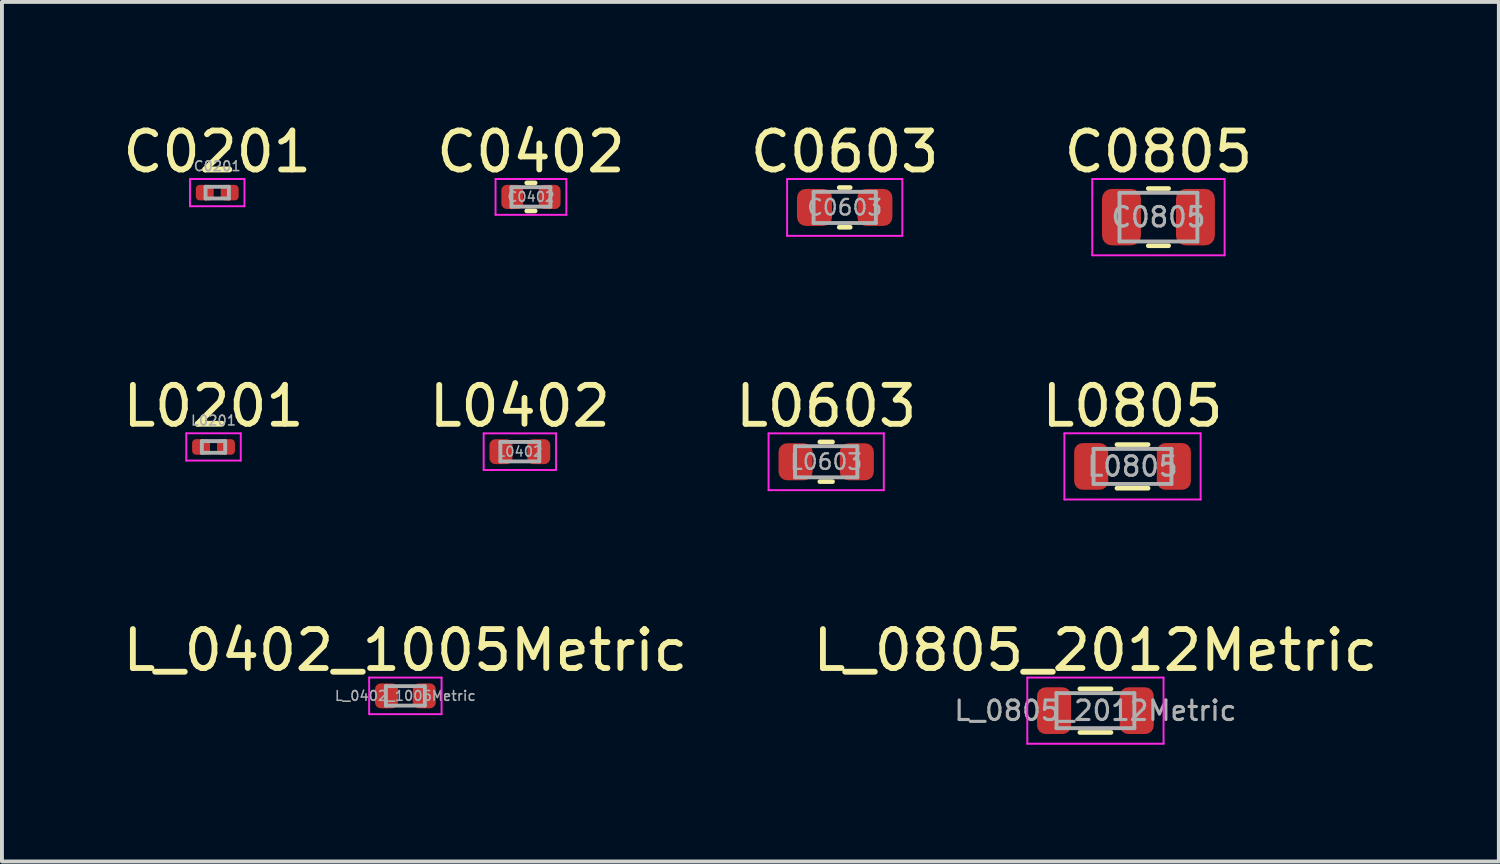
<source format=kicad_pcb>
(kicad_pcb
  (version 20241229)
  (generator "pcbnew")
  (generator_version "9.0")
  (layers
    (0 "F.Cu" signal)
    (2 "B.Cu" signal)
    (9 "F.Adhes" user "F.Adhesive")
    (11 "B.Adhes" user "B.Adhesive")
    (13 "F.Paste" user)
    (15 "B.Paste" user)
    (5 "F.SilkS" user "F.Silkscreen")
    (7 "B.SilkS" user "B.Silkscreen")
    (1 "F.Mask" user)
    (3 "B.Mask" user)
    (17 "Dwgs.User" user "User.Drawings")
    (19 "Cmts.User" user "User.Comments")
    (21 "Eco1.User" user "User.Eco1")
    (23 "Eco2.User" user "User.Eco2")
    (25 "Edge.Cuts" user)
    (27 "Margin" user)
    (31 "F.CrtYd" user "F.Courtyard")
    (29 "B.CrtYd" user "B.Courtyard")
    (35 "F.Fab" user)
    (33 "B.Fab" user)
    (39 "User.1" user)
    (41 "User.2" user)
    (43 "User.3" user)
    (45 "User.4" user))
  (footprint "L_0805_2012Metric"
    (layer "F.Cu")
    (at 25.089 15.205)
    (property "Reference" "L_0805_2012Metric" (at 0 -1.55 0) (layer "F.SilkS") (effects (font (size 1 1) (thickness 0.15))))
    (attr smd)
    (fp_line (start -0.4 -0.56) (end 0.4 -0.56) (stroke (width 0.12) (type solid)) (layer "F.SilkS"))
    (fp_line (start -0.4 0.56) (end 0.4 0.56) (stroke (width 0.12) (type solid)) (layer "F.SilkS"))
    (fp_line (start -1.75 -0.85) (end 1.75 -0.85) (stroke (width 0.05) (type solid)) (layer "F.CrtYd"))
    (fp_line (start -1.75 0.85) (end -1.75 -0.85) (stroke (width 0.05) (type solid)) (layer "F.CrtYd"))
    (fp_line (start 1.75 -0.85) (end 1.75 0.85) (stroke (width 0.05) (type solid)) (layer "F.CrtYd"))
    (fp_line (start 1.75 0.85) (end -1.75 0.85) (stroke (width 0.05) (type solid)) (layer "F.CrtYd"))
    (fp_line (start -1 -0.45) (end 1 -0.45) (stroke (width 0.1) (type solid)) (layer "F.Fab"))
    (fp_line (start -1 0.45) (end -1 -0.45) (stroke (width 0.1) (type solid)) (layer "F.Fab"))
    (fp_line (start 1 -0.45) (end 1 0.45) (stroke (width 0.1) (type solid)) (layer "F.Fab"))
    (fp_line (start 1 0.45) (end -1 0.45) (stroke (width 0.1) (type solid)) (layer "F.Fab"))
    (fp_text user "${REFERENCE}" (at 0 0 0) (layer "F.Fab") (effects (font (size 0.5 0.5) (thickness 0.08))))
    (pad "1" smd roundrect (at -1.062 0) (size 0.875 1.2) (layers "F.Cu" "F.Mask" "F.Paste") (roundrect_rratio 0.25))
    (pad "2" smd roundrect (at 1.062 0) (size 0.875 1.2) (layers "F.Cu" "F.Mask" "F.Paste") (roundrect_rratio 0.25)))
  (footprint "C0603"
    (layer "F.Cu")
    (at 18.649 2.278)
    (property "Reference" "C0603" (at 0 -1.43 0) (layer "F.SilkS") (effects (font (size 1 1) (thickness 0.15))))
    (attr smd)
    (fp_line (start -0.141 -0.51) (end 0.141 -0.51) (stroke (width 0.12) (type solid)) (layer "F.SilkS"))
    (fp_line (start -0.141 0.51) (end 0.141 0.51) (stroke (width 0.12) (type solid)) (layer "F.SilkS"))
    (fp_line (start -1.48 -0.73) (end 1.48 -0.73) (stroke (width 0.05) (type solid)) (layer "F.CrtYd"))
    (fp_line (start -1.48 0.73) (end -1.48 -0.73) (stroke (width 0.05) (type solid)) (layer "F.CrtYd"))
    (fp_line (start 1.48 -0.73) (end 1.48 0.73) (stroke (width 0.05) (type solid)) (layer "F.CrtYd"))
    (fp_line (start 1.48 0.73) (end -1.48 0.73) (stroke (width 0.05) (type solid)) (layer "F.CrtYd"))
    (fp_line (start -0.8 -0.4) (end 0.8 -0.4) (stroke (width 0.1) (type solid)) (layer "F.Fab"))
    (fp_line (start -0.8 0.4) (end -0.8 -0.4) (stroke (width 0.1) (type solid)) (layer "F.Fab"))
    (fp_line (start 0.8 -0.4) (end 0.8 0.4) (stroke (width 0.1) (type solid)) (layer "F.Fab"))
    (fp_line (start 0.8 0.4) (end -0.8 0.4) (stroke (width 0.1) (type solid)) (layer "F.Fab"))
    (fp_text user "${REFERENCE}" (at 0 0 0) (layer "F.Fab") (effects (font (size 0.4 0.4) (thickness 0.06))))
    (pad "1" smd roundrect (at -0.775 0) (size 0.9 0.95) (layers "F.Cu" "F.Mask" "F.Paste") (roundrect_rratio 0.25))
    (pad "2" smd roundrect (at 0.775 0) (size 0.9 0.95) (layers "F.Cu" "F.Mask" "F.Paste") (roundrect_rratio 0.25)))
  (footprint "C0402"
    (layer "F.Cu")
    (at 10.589 2.008)
    (property "Reference" "C0402" (at 0 -1.16 0) (layer "F.SilkS") (effects (font (size 1 1) (thickness 0.15))))
    (attr smd)
    (fp_line (start -0.108 -0.36) (end 0.108 -0.36) (stroke (width 0.12) (type solid)) (layer "F.SilkS"))
    (fp_line (start -0.108 0.36) (end 0.108 0.36) (stroke (width 0.12) (type solid)) (layer "F.SilkS"))
    (fp_line (start -0.91 -0.46) (end 0.91 -0.46) (stroke (width 0.05) (type solid)) (layer "F.CrtYd"))
    (fp_line (start -0.91 0.46) (end -0.91 -0.46) (stroke (width 0.05) (type solid)) (layer "F.CrtYd"))
    (fp_line (start 0.91 -0.46) (end 0.91 0.46) (stroke (width 0.05) (type solid)) (layer "F.CrtYd"))
    (fp_line (start 0.91 0.46) (end -0.91 0.46) (stroke (width 0.05) (type solid)) (layer "F.CrtYd"))
    (fp_line (start -0.5 -0.25) (end 0.5 -0.25) (stroke (width 0.1) (type solid)) (layer "F.Fab"))
    (fp_line (start -0.5 0.25) (end -0.5 -0.25) (stroke (width 0.1) (type solid)) (layer "F.Fab"))
    (fp_line (start 0.5 -0.25) (end 0.5 0.25) (stroke (width 0.1) (type solid)) (layer "F.Fab"))
    (fp_line (start 0.5 0.25) (end -0.5 0.25) (stroke (width 0.1) (type solid)) (layer "F.Fab"))
    (fp_text user "${REFERENCE}" (at 0 0 0) (layer "F.Fab") (effects (font (size 0.25 0.25) (thickness 0.04))))
    (pad "1" smd roundrect (at -0.48 0) (size 0.56 0.62) (layers "F.Cu" "F.Mask" "F.Paste") (roundrect_rratio 0.25))
    (pad "2" smd roundrect (at 0.48 0) (size 0.56 0.62) (layers "F.Cu" "F.Mask" "F.Paste") (roundrect_rratio 0.25)))
  (footprint "L0201"
    (layer "F.Cu")
    (at 2.435 8.431)
    (property "Reference" "L0201" (at 0 -1.05 0) (layer "F.SilkS") (effects (font (size 1 1) (thickness 0.15))))
    (attr smd)
    (fp_line (start -0.7 -0.35) (end 0.7 -0.35) (stroke (width 0.05) (type solid)) (layer "F.CrtYd"))
    (fp_line (start -0.7 0.35) (end -0.7 -0.35) (stroke (width 0.05) (type solid)) (layer "F.CrtYd"))
    (fp_line (start 0.7 -0.35) (end 0.7 0.35) (stroke (width 0.05) (type solid)) (layer "F.CrtYd"))
    (fp_line (start 0.7 0.35) (end -0.7 0.35) (stroke (width 0.05) (type solid)) (layer "F.CrtYd"))
    (fp_line (start -0.3 -0.15) (end 0.3 -0.15) (stroke (width 0.1) (type solid)) (layer "F.Fab"))
    (fp_line (start -0.3 0.15) (end -0.3 -0.15) (stroke (width 0.1) (type solid)) (layer "F.Fab"))
    (fp_line (start 0.3 -0.15) (end 0.3 0.15) (stroke (width 0.1) (type solid)) (layer "F.Fab"))
    (fp_line (start 0.3 0.15) (end -0.3 0.15) (stroke (width 0.1) (type solid)) (layer "F.Fab"))
    (fp_text user "${REFERENCE}" (at 0 -0.68 0) (layer "F.Fab") (effects (font (size 0.25 0.25) (thickness 0.04))))
    (pad "" smd roundrect (at -0.345 0) (size 0.318 0.36) (layers "F.Paste") (roundrect_rratio 0.25))
    (pad "" smd roundrect (at 0.345 0) (size 0.318 0.36) (layers "F.Paste") (roundrect_rratio 0.25))
    (pad "1" smd roundrect (at -0.32 0) (size 0.46 0.4) (layers "F.Cu" "F.Mask") (roundrect_rratio 0.25))
    (pad "2" smd roundrect (at 0.32 0) (size 0.46 0.4) (layers "F.Cu" "F.Mask") (roundrect_rratio 0.25)))
  (footprint "L_0402_1005Metric"
    (layer "F.Cu")
    (at 7.363 14.825)
    (property "Reference" "L_0402_1005Metric" (at 0 -1.17 0) (layer "F.SilkS") (effects (font (size 1 1) (thickness 0.15))))
    (attr smd)
    (fp_line (start -0.93 -0.47) (end 0.93 -0.47) (stroke (width 0.05) (type solid)) (layer "F.CrtYd"))
    (fp_line (start -0.93 0.47) (end -0.93 -0.47) (stroke (width 0.05) (type solid)) (layer "F.CrtYd"))
    (fp_line (start 0.93 -0.47) (end 0.93 0.47) (stroke (width 0.05) (type solid)) (layer "F.CrtYd"))
    (fp_line (start 0.93 0.47) (end -0.93 0.47) (stroke (width 0.05) (type solid)) (layer "F.CrtYd"))
    (fp_line (start -0.5 -0.25) (end 0.5 -0.25) (stroke (width 0.1) (type solid)) (layer "F.Fab"))
    (fp_line (start -0.5 0.25) (end -0.5 -0.25) (stroke (width 0.1) (type solid)) (layer "F.Fab"))
    (fp_line (start 0.5 -0.25) (end 0.5 0.25) (stroke (width 0.1) (type solid)) (layer "F.Fab"))
    (fp_line (start 0.5 0.25) (end -0.5 0.25) (stroke (width 0.1) (type solid)) (layer "F.Fab"))
    (fp_text user "${REFERENCE}" (at 0 0 0) (layer "F.Fab") (effects (font (size 0.25 0.25) (thickness 0.04))))
    (pad "1" smd roundrect (at -0.485 0) (size 0.59 0.64) (layers "F.Cu" "F.Mask" "F.Paste") (roundrect_rratio 0.25))
    (pad "2" smd roundrect (at 0.485 0) (size 0.59 0.64) (layers "F.Cu" "F.Mask" "F.Paste") (roundrect_rratio 0.25)))
  (footprint "C0805"
    (layer "F.Cu")
    (at 26.708 2.528)
    (property "Reference" "C0805" (at 0 -1.68 0) (layer "F.SilkS") (effects (font (size 1 1) (thickness 0.15))))
    (attr smd)
    (fp_line (start -0.261 -0.735) (end 0.261 -0.735) (stroke (width 0.12) (type solid)) (layer "F.SilkS"))
    (fp_line (start -0.261 0.735) (end 0.261 0.735) (stroke (width 0.12) (type solid)) (layer "F.SilkS"))
    (fp_line (start -1.7 -0.98) (end 1.7 -0.98) (stroke (width 0.05) (type solid)) (layer "F.CrtYd"))
    (fp_line (start -1.7 0.98) (end -1.7 -0.98) (stroke (width 0.05) (type solid)) (layer "F.CrtYd"))
    (fp_line (start 1.7 -0.98) (end 1.7 0.98) (stroke (width 0.05) (type solid)) (layer "F.CrtYd"))
    (fp_line (start 1.7 0.98) (end -1.7 0.98) (stroke (width 0.05) (type solid)) (layer "F.CrtYd"))
    (fp_line (start -1 -0.625) (end 1 -0.625) (stroke (width 0.1) (type solid)) (layer "F.Fab"))
    (fp_line (start -1 0.625) (end -1 -0.625) (stroke (width 0.1) (type solid)) (layer "F.Fab"))
    (fp_line (start 1 -0.625) (end 1 0.625) (stroke (width 0.1) (type solid)) (layer "F.Fab"))
    (fp_line (start 1 0.625) (end -1 0.625) (stroke (width 0.1) (type solid)) (layer "F.Fab"))
    (fp_text user "${REFERENCE}" (at 0 0 0) (layer "F.Fab") (effects (font (size 0.5 0.5) (thickness 0.08))))
    (pad "1" smd roundrect (at -0.95 0) (size 1 1.45) (layers "F.Cu" "F.Mask" "F.Paste") (roundrect_rratio 0.25))
    (pad "2" smd roundrect (at 0.95 0) (size 1 1.45) (layers "F.Cu" "F.Mask" "F.Paste") (roundrect_rratio 0.25)))
  (footprint "C0201"
    (layer "F.Cu")
    (at 2.53 1.898)
    (property "Reference" "C0201" (at 0 -1.05 0) (layer "F.SilkS") (effects (font (size 1 1) (thickness 0.15))))
    (attr smd)
    (fp_line (start -0.7 -0.35) (end 0.7 -0.35) (stroke (width 0.05) (type solid)) (layer "F.CrtYd"))
    (fp_line (start -0.7 0.35) (end -0.7 -0.35) (stroke (width 0.05) (type solid)) (layer "F.CrtYd"))
    (fp_line (start 0.7 -0.35) (end 0.7 0.35) (stroke (width 0.05) (type solid)) (layer "F.CrtYd"))
    (fp_line (start 0.7 0.35) (end -0.7 0.35) (stroke (width 0.05) (type solid)) (layer "F.CrtYd"))
    (fp_line (start -0.3 -0.15) (end 0.3 -0.15) (stroke (width 0.1) (type solid)) (layer "F.Fab"))
    (fp_line (start -0.3 0.15) (end -0.3 -0.15) (stroke (width 0.1) (type solid)) (layer "F.Fab"))
    (fp_line (start 0.3 -0.15) (end 0.3 0.15) (stroke (width 0.1) (type solid)) (layer "F.Fab"))
    (fp_line (start 0.3 0.15) (end -0.3 0.15) (stroke (width 0.1) (type solid)) (layer "F.Fab"))
    (fp_text user "${REFERENCE}" (at 0 -0.68 0) (layer "F.Fab") (effects (font (size 0.25 0.25) (thickness 0.04))))
    (pad "" smd roundrect (at -0.345 0) (size 0.318 0.36) (layers "F.Paste") (roundrect_rratio 0.25))
    (pad "" smd roundrect (at 0.345 0) (size 0.318 0.36) (layers "F.Paste") (roundrect_rratio 0.25))
    (pad "1" smd roundrect (at -0.32 0) (size 0.46 0.4) (layers "F.Cu" "F.Mask") (roundrect_rratio 0.25))
    (pad "2" smd roundrect (at 0.32 0) (size 0.46 0.4) (layers "F.Cu" "F.Mask") (roundrect_rratio 0.25)))
  (footprint "L0805"
    (layer "F.Cu")
    (at 26.042 8.931)
    (property "Reference" "L0805" (at 0 -1.55 0) (layer "F.SilkS") (effects (font (size 1 1) (thickness 0.15))))
    (attr smd)
    (fp_line (start -0.4 -0.56) (end 0.4 -0.56) (stroke (width 0.12) (type solid)) (layer "F.SilkS"))
    (fp_line (start -0.4 0.56) (end 0.4 0.56) (stroke (width 0.12) (type solid)) (layer "F.SilkS"))
    (fp_line (start -1.75 -0.85) (end 1.75 -0.85) (stroke (width 0.05) (type solid)) (layer "F.CrtYd"))
    (fp_line (start -1.75 0.85) (end -1.75 -0.85) (stroke (width 0.05) (type solid)) (layer "F.CrtYd"))
    (fp_line (start 1.75 -0.85) (end 1.75 0.85) (stroke (width 0.05) (type solid)) (layer "F.CrtYd"))
    (fp_line (start 1.75 0.85) (end -1.75 0.85) (stroke (width 0.05) (type solid)) (layer "F.CrtYd"))
    (fp_line (start -1 -0.45) (end 1 -0.45) (stroke (width 0.1) (type solid)) (layer "F.Fab"))
    (fp_line (start -1 0.45) (end -1 -0.45) (stroke (width 0.1) (type solid)) (layer "F.Fab"))
    (fp_line (start 1 -0.45) (end 1 0.45) (stroke (width 0.1) (type solid)) (layer "F.Fab"))
    (fp_line (start 1 0.45) (end -1 0.45) (stroke (width 0.1) (type solid)) (layer "F.Fab"))
    (fp_text user "${REFERENCE}" (at 0 0 0) (layer "F.Fab") (effects (font (size 0.5 0.5) (thickness 0.08))))
    (pad "1" smd roundrect (at -1.062 0) (size 0.875 1.2) (layers "F.Cu" "F.Mask" "F.Paste") (roundrect_rratio 0.25))
    (pad "2" smd roundrect (at 1.062 0) (size 0.875 1.2) (layers "F.Cu" "F.Mask" "F.Paste") (roundrect_rratio 0.25)))
  (footprint "L0603"
    (layer "F.Cu")
    (at 18.173 8.812)
    (property "Reference" "L0603" (at 0 -1.43 0) (layer "F.SilkS") (effects (font (size 1 1) (thickness 0.15))))
    (attr smd)
    (fp_line (start -0.163 -0.51) (end 0.163 -0.51) (stroke (width 0.12) (type solid)) (layer "F.SilkS"))
    (fp_line (start -0.163 0.51) (end 0.163 0.51) (stroke (width 0.12) (type solid)) (layer "F.SilkS"))
    (fp_line (start -1.48 -0.73) (end 1.48 -0.73) (stroke (width 0.05) (type solid)) (layer "F.CrtYd"))
    (fp_line (start -1.48 0.73) (end -1.48 -0.73) (stroke (width 0.05) (type solid)) (layer "F.CrtYd"))
    (fp_line (start 1.48 -0.73) (end 1.48 0.73) (stroke (width 0.05) (type solid)) (layer "F.CrtYd"))
    (fp_line (start 1.48 0.73) (end -1.48 0.73) (stroke (width 0.05) (type solid)) (layer "F.CrtYd"))
    (fp_line (start -0.8 -0.4) (end 0.8 -0.4) (stroke (width 0.1) (type solid)) (layer "F.Fab"))
    (fp_line (start -0.8 0.4) (end -0.8 -0.4) (stroke (width 0.1) (type solid)) (layer "F.Fab"))
    (fp_line (start 0.8 -0.4) (end 0.8 0.4) (stroke (width 0.1) (type solid)) (layer "F.Fab"))
    (fp_line (start 0.8 0.4) (end -0.8 0.4) (stroke (width 0.1) (type solid)) (layer "F.Fab"))
    (fp_text user "${REFERENCE}" (at 0 0 0) (layer "F.Fab") (effects (font (size 0.4 0.4) (thickness 0.06))))
    (pad "1" smd roundrect (at -0.787 0) (size 0.875 0.95) (layers "F.Cu" "F.Mask" "F.Paste") (roundrect_rratio 0.25))
    (pad "2" smd roundrect (at 0.787 0) (size 0.875 0.95) (layers "F.Cu" "F.Mask" "F.Paste") (roundrect_rratio 0.25)))
  (footprint "L0402"
    (layer "F.Cu")
    (at 10.304 8.552)
    (property "Reference" "L0402" (at 0 -1.17 0) (layer "F.SilkS") (effects (font (size 1 1) (thickness 0.15))))
    (attr smd)
    (fp_line (start -0.93 -0.47) (end 0.93 -0.47) (stroke (width 0.05) (type solid)) (layer "F.CrtYd"))
    (fp_line (start -0.93 0.47) (end -0.93 -0.47) (stroke (width 0.05) (type solid)) (layer "F.CrtYd"))
    (fp_line (start 0.93 -0.47) (end 0.93 0.47) (stroke (width 0.05) (type solid)) (layer "F.CrtYd"))
    (fp_line (start 0.93 0.47) (end -0.93 0.47) (stroke (width 0.05) (type solid)) (layer "F.CrtYd"))
    (fp_line (start -0.5 -0.25) (end 0.5 -0.25) (stroke (width 0.1) (type solid)) (layer "F.Fab"))
    (fp_line (start -0.5 0.25) (end -0.5 -0.25) (stroke (width 0.1) (type solid)) (layer "F.Fab"))
    (fp_line (start 0.5 -0.25) (end 0.5 0.25) (stroke (width 0.1) (type solid)) (layer "F.Fab"))
    (fp_line (start 0.5 0.25) (end -0.5 0.25) (stroke (width 0.1) (type solid)) (layer "F.Fab"))
    (fp_text user "${REFERENCE}" (at 0 0 0) (layer "F.Fab") (effects (font (size 0.25 0.25) (thickness 0.04))))
    (pad "1" smd roundrect (at -0.485 0) (size 0.59 0.64) (layers "F.Cu" "F.Mask" "F.Paste") (roundrect_rratio 0.25))
    (pad "2" smd roundrect (at 0.485 0) (size 0.59 0.64) (layers "F.Cu" "F.Mask" "F.Paste") (roundrect_rratio 0.25)))
  (gr_rect
    (start -3 -3)
    (end 35.452 19.08)
    (stroke (width 0.1) (type default))
    (fill no)
    (layer "Edge.Cuts")))
</source>
